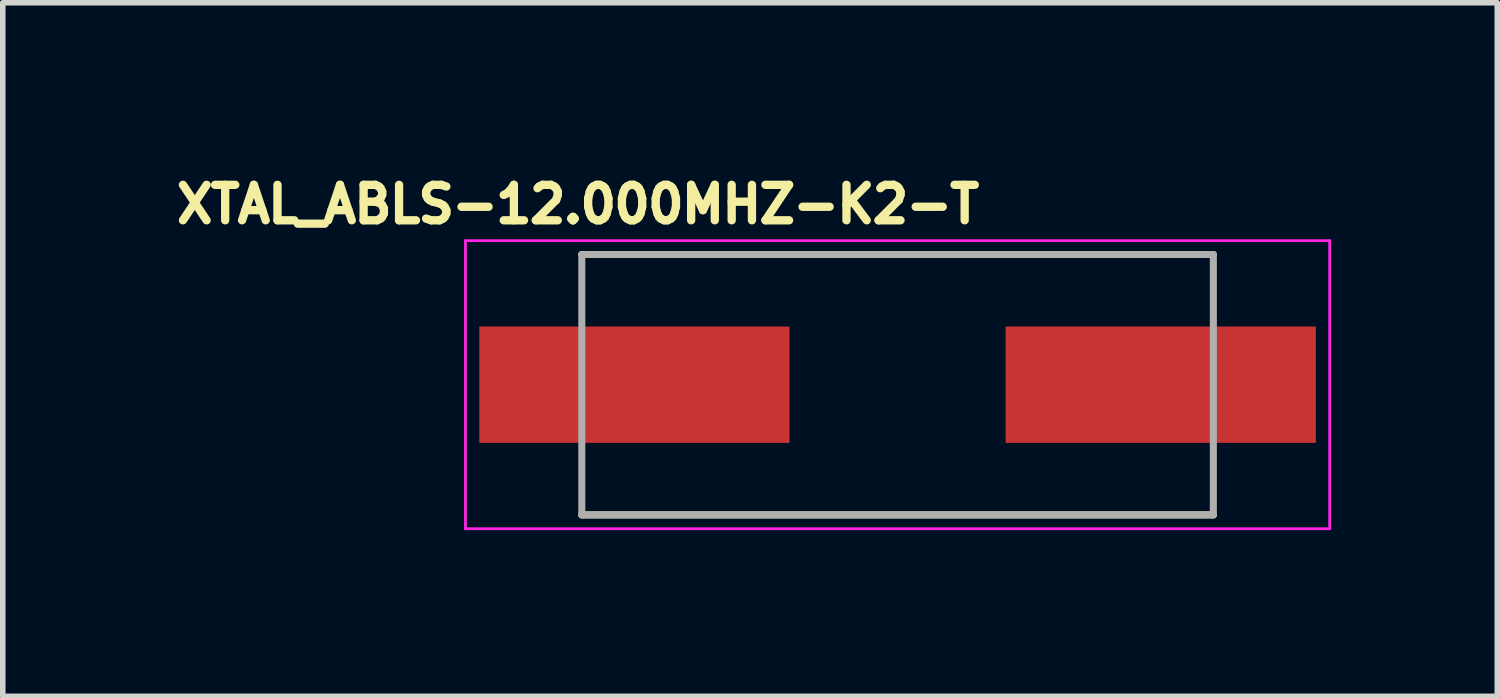
<source format=kicad_pcb>
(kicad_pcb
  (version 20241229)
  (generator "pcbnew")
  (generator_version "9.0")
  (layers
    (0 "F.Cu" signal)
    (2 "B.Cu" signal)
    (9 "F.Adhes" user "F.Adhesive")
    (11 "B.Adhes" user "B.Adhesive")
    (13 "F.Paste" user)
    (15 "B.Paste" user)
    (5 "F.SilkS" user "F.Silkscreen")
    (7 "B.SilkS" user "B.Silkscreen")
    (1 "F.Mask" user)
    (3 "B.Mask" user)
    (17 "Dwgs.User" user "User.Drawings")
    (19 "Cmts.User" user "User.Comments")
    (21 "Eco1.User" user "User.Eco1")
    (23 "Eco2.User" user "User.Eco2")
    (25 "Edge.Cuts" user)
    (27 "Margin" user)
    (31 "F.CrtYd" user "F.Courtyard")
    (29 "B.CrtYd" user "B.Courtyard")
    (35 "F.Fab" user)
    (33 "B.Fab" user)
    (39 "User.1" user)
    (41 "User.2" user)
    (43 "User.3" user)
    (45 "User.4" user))
  (footprint "XTAL_ABLS-12.000MHZ-K2-T"
    (layer "F.Cu")
    (at 13.152 3.894)
    (property "Reference" "XTAL_ABLS-12.000MHZ-K2-T" (at -5.768 -3.256 0) (layer "F.SilkS") (effects (font (size 0.64 0.64) (thickness 0.15))))
    (attr smd)
    (fp_line (start -5.7 -2.35) (end 5.7 -2.35) (stroke (width 0.127) (type solid)) (layer "F.SilkS"))
    (fp_line (start -5.7 2.35) (end 5.7 2.35) (stroke (width 0.127) (type solid)) (layer "F.SilkS"))
    (fp_line (start -7.8 -2.6) (end -7.8 2.6) (stroke (width 0.05) (type solid)) (layer "F.CrtYd"))
    (fp_line (start -7.8 2.6) (end 7.8 2.6) (stroke (width 0.05) (type solid)) (layer "F.CrtYd"))
    (fp_line (start 7.8 -2.6) (end -7.8 -2.6) (stroke (width 0.05) (type solid)) (layer "F.CrtYd"))
    (fp_line (start 7.8 2.6) (end 7.8 -2.6) (stroke (width 0.05) (type solid)) (layer "F.CrtYd"))
    (fp_line (start -5.7 -2.35) (end -5.7 2.35) (stroke (width 0.127) (type solid)) (layer "F.Fab"))
    (fp_line (start -5.7 -2.35) (end 5.7 -2.35) (stroke (width 0.127) (type solid)) (layer "F.Fab"))
    (fp_line (start -5.7 2.35) (end 5.7 2.35) (stroke (width 0.127) (type solid)) (layer "F.Fab"))
    (fp_line (start 5.7 -2.35) (end 5.7 2.35) (stroke (width 0.127) (type solid)) (layer "F.Fab"))
    (pad "1" smd rect (at -4.75 0) (size 5.6 2.1) (layers "F.Cu" "F.Mask" "F.Paste"))
    (pad "2" smd rect (at 4.75 0) (size 5.6 2.1) (layers "F.Cu" "F.Mask" "F.Paste")))
  (gr_rect
    (start -3 -3)
    (end 23.977 9.519)
    (stroke (width 0.1) (type default))
    (fill no)
    (layer "Edge.Cuts")))
</source>
